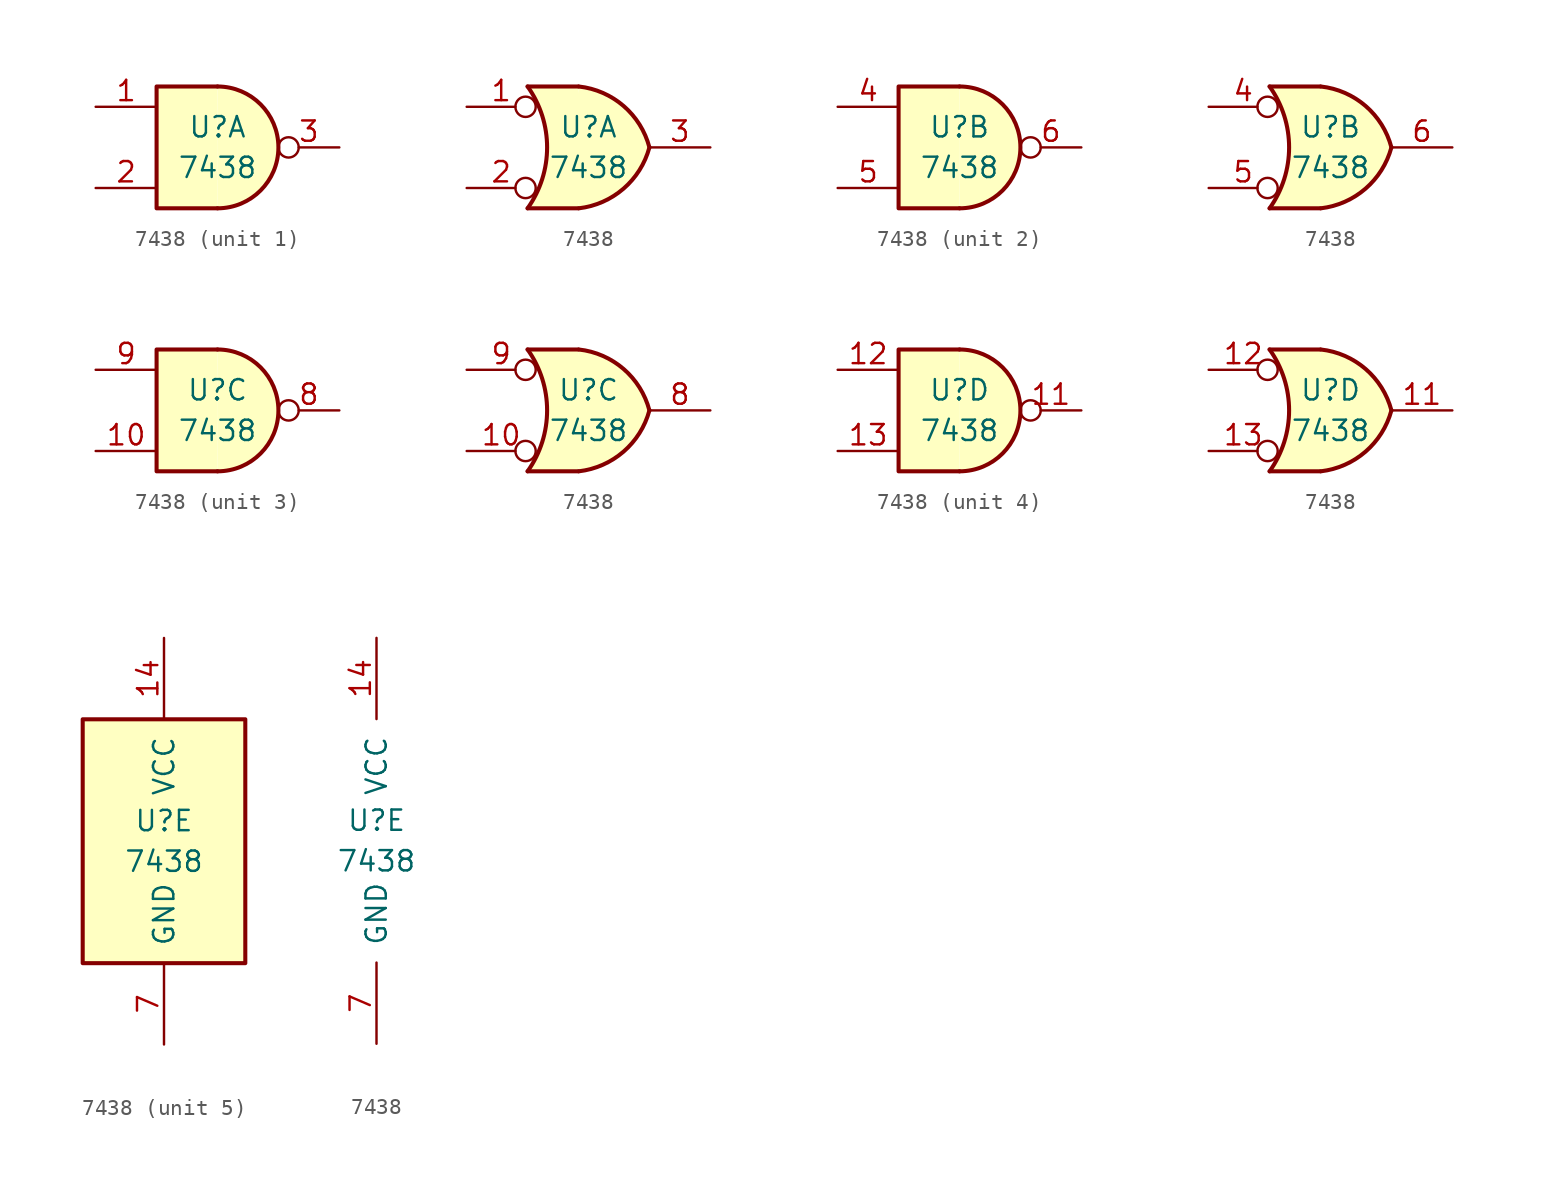
<source format=kicad_sym>
(kicad_symbol_lib
  (version 20241209)
  (generator "kicad_symbol_editor")
  (generator_version "9.0")
  (symbol "7438"
    (pin_names
      (offset 1.016))
    (property "Reference" "U"
      (at 0 1.27 0)
      (effects (font (size 1.27 1.27))))
    (property "Value" "7438"
      (at 0 -1.27 0)
      (effects (font (size 1.27 1.27))))
    (property "ki_locked" ""
      (at 0 0 0)
      (effects (font (size 1.27 1.27))))
    (symbol "7438_1_1"
      (arc (start 0 3.81) (mid 3.7934 0) (end 0 -3.81) (stroke (width 0.254) (type default)) (fill (type background)))
      (polyline (pts (xy 0 3.81) (xy -3.81 3.81) (xy -3.81 -3.81) (xy 0 -3.81)) (stroke (width 0.254) (type default)) (fill (type background)))
      (pin input line (at -7.62 2.54 0) (length 3.81) (name "~" (effects (font (size 1.27 1.27)))) (number "1" (effects (font (size 1.27 1.27)))))
      (pin input line (at -7.62 -2.54 0) (length 3.81) (name "~" (effects (font (size 1.27 1.27)))) (number "2" (effects (font (size 1.27 1.27)))))
      (pin open_collector inverted (at 7.62 0 180) (length 3.81) (name "~" (effects (font (size 1.27 1.27)))) (number "3" (effects (font (size 1.27 1.27))))))
    (symbol "7438_1_2"
      (arc (start -3.81 3.81) (mid -2.589 0) (end -3.81 -3.81) (stroke (width 0.254) (type default)) (fill (type none)))
      (polyline (pts (xy -3.81 3.81) (xy -0.635 3.81)) (stroke (width 0.254) (type default)) (fill (type background)))
      (polyline (pts (xy -3.81 -3.81) (xy -0.635 -3.81)) (stroke (width 0.254) (type default)) (fill (type background)))
      (arc (start 3.81 0) (mid 2.1855 -2.584) (end -0.6096 -3.81) (stroke (width 0.254) (type default)) (fill (type background)))
      (arc (start -0.6096 3.81) (mid 2.1928 2.5924) (end 3.81 0) (stroke (width 0.254) (type default)) (fill (type background)))
      (polyline (pts (xy -0.635 3.81) (xy -3.81 3.81) (xy -3.81 3.81) (xy -3.556 3.404) (xy -3.023 2.261) (xy -2.692 1.041) (xy -2.616 -0.254) (xy -2.769 -1.499) (xy -3.175 -2.718) (xy -3.81 -3.81) (xy -3.81 -3.81) (xy -0.635 -3.81)) (stroke (width -25.4) (type default)) (fill (type background)))
      (pin input inverted (at -7.62 2.54 0) (length 4.318) (name "~" (effects (font (size 1.27 1.27)))) (number "1" (effects (font (size 1.27 1.27)))))
      (pin input inverted (at -7.62 -2.54 0) (length 4.318) (name "~" (effects (font (size 1.27 1.27)))) (number "2" (effects (font (size 1.27 1.27)))))
      (pin open_collector line (at 7.62 0 180) (length 3.81) (name "~" (effects (font (size 1.27 1.27)))) (number "3" (effects (font (size 1.27 1.27))))))
    (symbol "7438_2_1"
      (arc (start 0 3.81) (mid 3.7934 0) (end 0 -3.81) (stroke (width 0.254) (type default)) (fill (type background)))
      (polyline (pts (xy 0 3.81) (xy -3.81 3.81) (xy -3.81 -3.81) (xy 0 -3.81)) (stroke (width 0.254) (type default)) (fill (type background)))
      (pin input line (at -7.62 2.54 0) (length 3.81) (name "~" (effects (font (size 1.27 1.27)))) (number "4" (effects (font (size 1.27 1.27)))))
      (pin input line (at -7.62 -2.54 0) (length 3.81) (name "~" (effects (font (size 1.27 1.27)))) (number "5" (effects (font (size 1.27 1.27)))))
      (pin open_collector inverted (at 7.62 0 180) (length 3.81) (name "~" (effects (font (size 1.27 1.27)))) (number "6" (effects (font (size 1.27 1.27))))))
    (symbol "7438_2_2"
      (arc (start -3.81 3.81) (mid -2.589 0) (end -3.81 -3.81) (stroke (width 0.254) (type default)) (fill (type none)))
      (polyline (pts (xy -3.81 3.81) (xy -0.635 3.81)) (stroke (width 0.254) (type default)) (fill (type background)))
      (polyline (pts (xy -3.81 -3.81) (xy -0.635 -3.81)) (stroke (width 0.254) (type default)) (fill (type background)))
      (arc (start 3.81 0) (mid 2.1855 -2.584) (end -0.6096 -3.81) (stroke (width 0.254) (type default)) (fill (type background)))
      (arc (start -0.6096 3.81) (mid 2.1928 2.5924) (end 3.81 0) (stroke (width 0.254) (type default)) (fill (type background)))
      (polyline (pts (xy -0.635 3.81) (xy -3.81 3.81) (xy -3.81 3.81) (xy -3.556 3.404) (xy -3.023 2.261) (xy -2.692 1.041) (xy -2.616 -0.254) (xy -2.769 -1.499) (xy -3.175 -2.718) (xy -3.81 -3.81) (xy -3.81 -3.81) (xy -0.635 -3.81)) (stroke (width -25.4) (type default)) (fill (type background)))
      (pin input inverted (at -7.62 2.54 0) (length 4.318) (name "~" (effects (font (size 1.27 1.27)))) (number "4" (effects (font (size 1.27 1.27)))))
      (pin input inverted (at -7.62 -2.54 0) (length 4.318) (name "~" (effects (font (size 1.27 1.27)))) (number "5" (effects (font (size 1.27 1.27)))))
      (pin open_collector line (at 7.62 0 180) (length 3.81) (name "~" (effects (font (size 1.27 1.27)))) (number "6" (effects (font (size 1.27 1.27))))))
    (symbol "7438_3_1"
      (arc (start 0 3.81) (mid 3.7934 0) (end 0 -3.81) (stroke (width 0.254) (type default)) (fill (type background)))
      (polyline (pts (xy 0 3.81) (xy -3.81 3.81) (xy -3.81 -3.81) (xy 0 -3.81)) (stroke (width 0.254) (type default)) (fill (type background)))
      (pin input line (at -7.62 2.54 0) (length 3.81) (name "~" (effects (font (size 1.27 1.27)))) (number "9" (effects (font (size 1.27 1.27)))))
      (pin input line (at -7.62 -2.54 0) (length 3.81) (name "~" (effects (font (size 1.27 1.27)))) (number "10" (effects (font (size 1.27 1.27)))))
      (pin open_collector inverted (at 7.62 0 180) (length 3.81) (name "~" (effects (font (size 1.27 1.27)))) (number "8" (effects (font (size 1.27 1.27))))))
    (symbol "7438_3_2"
      (arc (start -3.81 3.81) (mid -2.589 0) (end -3.81 -3.81) (stroke (width 0.254) (type default)) (fill (type none)))
      (polyline (pts (xy -3.81 3.81) (xy -0.635 3.81)) (stroke (width 0.254) (type default)) (fill (type background)))
      (polyline (pts (xy -3.81 -3.81) (xy -0.635 -3.81)) (stroke (width 0.254) (type default)) (fill (type background)))
      (arc (start 3.81 0) (mid 2.1855 -2.584) (end -0.6096 -3.81) (stroke (width 0.254) (type default)) (fill (type background)))
      (arc (start -0.6096 3.81) (mid 2.1928 2.5924) (end 3.81 0) (stroke (width 0.254) (type default)) (fill (type background)))
      (polyline (pts (xy -0.635 3.81) (xy -3.81 3.81) (xy -3.81 3.81) (xy -3.556 3.404) (xy -3.023 2.261) (xy -2.692 1.041) (xy -2.616 -0.254) (xy -2.769 -1.499) (xy -3.175 -2.718) (xy -3.81 -3.81) (xy -3.81 -3.81) (xy -0.635 -3.81)) (stroke (width -25.4) (type default)) (fill (type background)))
      (pin input inverted (at -7.62 2.54 0) (length 4.318) (name "~" (effects (font (size 1.27 1.27)))) (number "9" (effects (font (size 1.27 1.27)))))
      (pin input inverted (at -7.62 -2.54 0) (length 4.318) (name "~" (effects (font (size 1.27 1.27)))) (number "10" (effects (font (size 1.27 1.27)))))
      (pin open_collector line (at 7.62 0 180) (length 3.81) (name "~" (effects (font (size 1.27 1.27)))) (number "8" (effects (font (size 1.27 1.27))))))
    (symbol "7438_4_1"
      (arc (start 0 3.81) (mid 3.7934 0) (end 0 -3.81) (stroke (width 0.254) (type default)) (fill (type background)))
      (polyline (pts (xy 0 3.81) (xy -3.81 3.81) (xy -3.81 -3.81) (xy 0 -3.81)) (stroke (width 0.254) (type default)) (fill (type background)))
      (pin input line (at -7.62 2.54 0) (length 3.81) (name "~" (effects (font (size 1.27 1.27)))) (number "12" (effects (font (size 1.27 1.27)))))
      (pin input line (at -7.62 -2.54 0) (length 3.81) (name "~" (effects (font (size 1.27 1.27)))) (number "13" (effects (font (size 1.27 1.27)))))
      (pin open_collector inverted (at 7.62 0 180) (length 3.81) (name "~" (effects (font (size 1.27 1.27)))) (number "11" (effects (font (size 1.27 1.27))))))
    (symbol "7438_4_2"
      (arc (start -3.81 3.81) (mid -2.589 0) (end -3.81 -3.81) (stroke (width 0.254) (type default)) (fill (type none)))
      (polyline (pts (xy -3.81 3.81) (xy -0.635 3.81)) (stroke (width 0.254) (type default)) (fill (type background)))
      (polyline (pts (xy -3.81 -3.81) (xy -0.635 -3.81)) (stroke (width 0.254) (type default)) (fill (type background)))
      (arc (start 3.81 0) (mid 2.1855 -2.584) (end -0.6096 -3.81) (stroke (width 0.254) (type default)) (fill (type background)))
      (arc (start -0.6096 3.81) (mid 2.1928 2.5924) (end 3.81 0) (stroke (width 0.254) (type default)) (fill (type background)))
      (polyline (pts (xy -0.635 3.81) (xy -3.81 3.81) (xy -3.81 3.81) (xy -3.556 3.404) (xy -3.023 2.261) (xy -2.692 1.041) (xy -2.616 -0.254) (xy -2.769 -1.499) (xy -3.175 -2.718) (xy -3.81 -3.81) (xy -3.81 -3.81) (xy -0.635 -3.81)) (stroke (width -25.4) (type default)) (fill (type background)))
      (pin input inverted (at -7.62 2.54 0) (length 4.318) (name "~" (effects (font (size 1.27 1.27)))) (number "12" (effects (font (size 1.27 1.27)))))
      (pin input inverted (at -7.62 -2.54 0) (length 4.318) (name "~" (effects (font (size 1.27 1.27)))) (number "13" (effects (font (size 1.27 1.27)))))
      (pin open_collector line (at 7.62 0 180) (length 3.81) (name "~" (effects (font (size 1.27 1.27)))) (number "11" (effects (font (size 1.27 1.27))))))
    (symbol "7438_5_0"
      (pin power_in line (at 0 12.7 270) (length 5.08) (name "VCC" (effects (font (size 1.27 1.27)))) (number "14" (effects (font (size 1.27 1.27)))))
      (pin power_in line (at 0 -12.7 90) (length 5.08) (name "GND" (effects (font (size 1.27 1.27)))) (number "7" (effects (font (size 1.27 1.27))))))
    (symbol "7438_5_1"
      (rectangle (start -5.08 7.62) (end 5.08 -7.62) (stroke (width 0.254) (type default)) (fill (type background))))))
</source>
